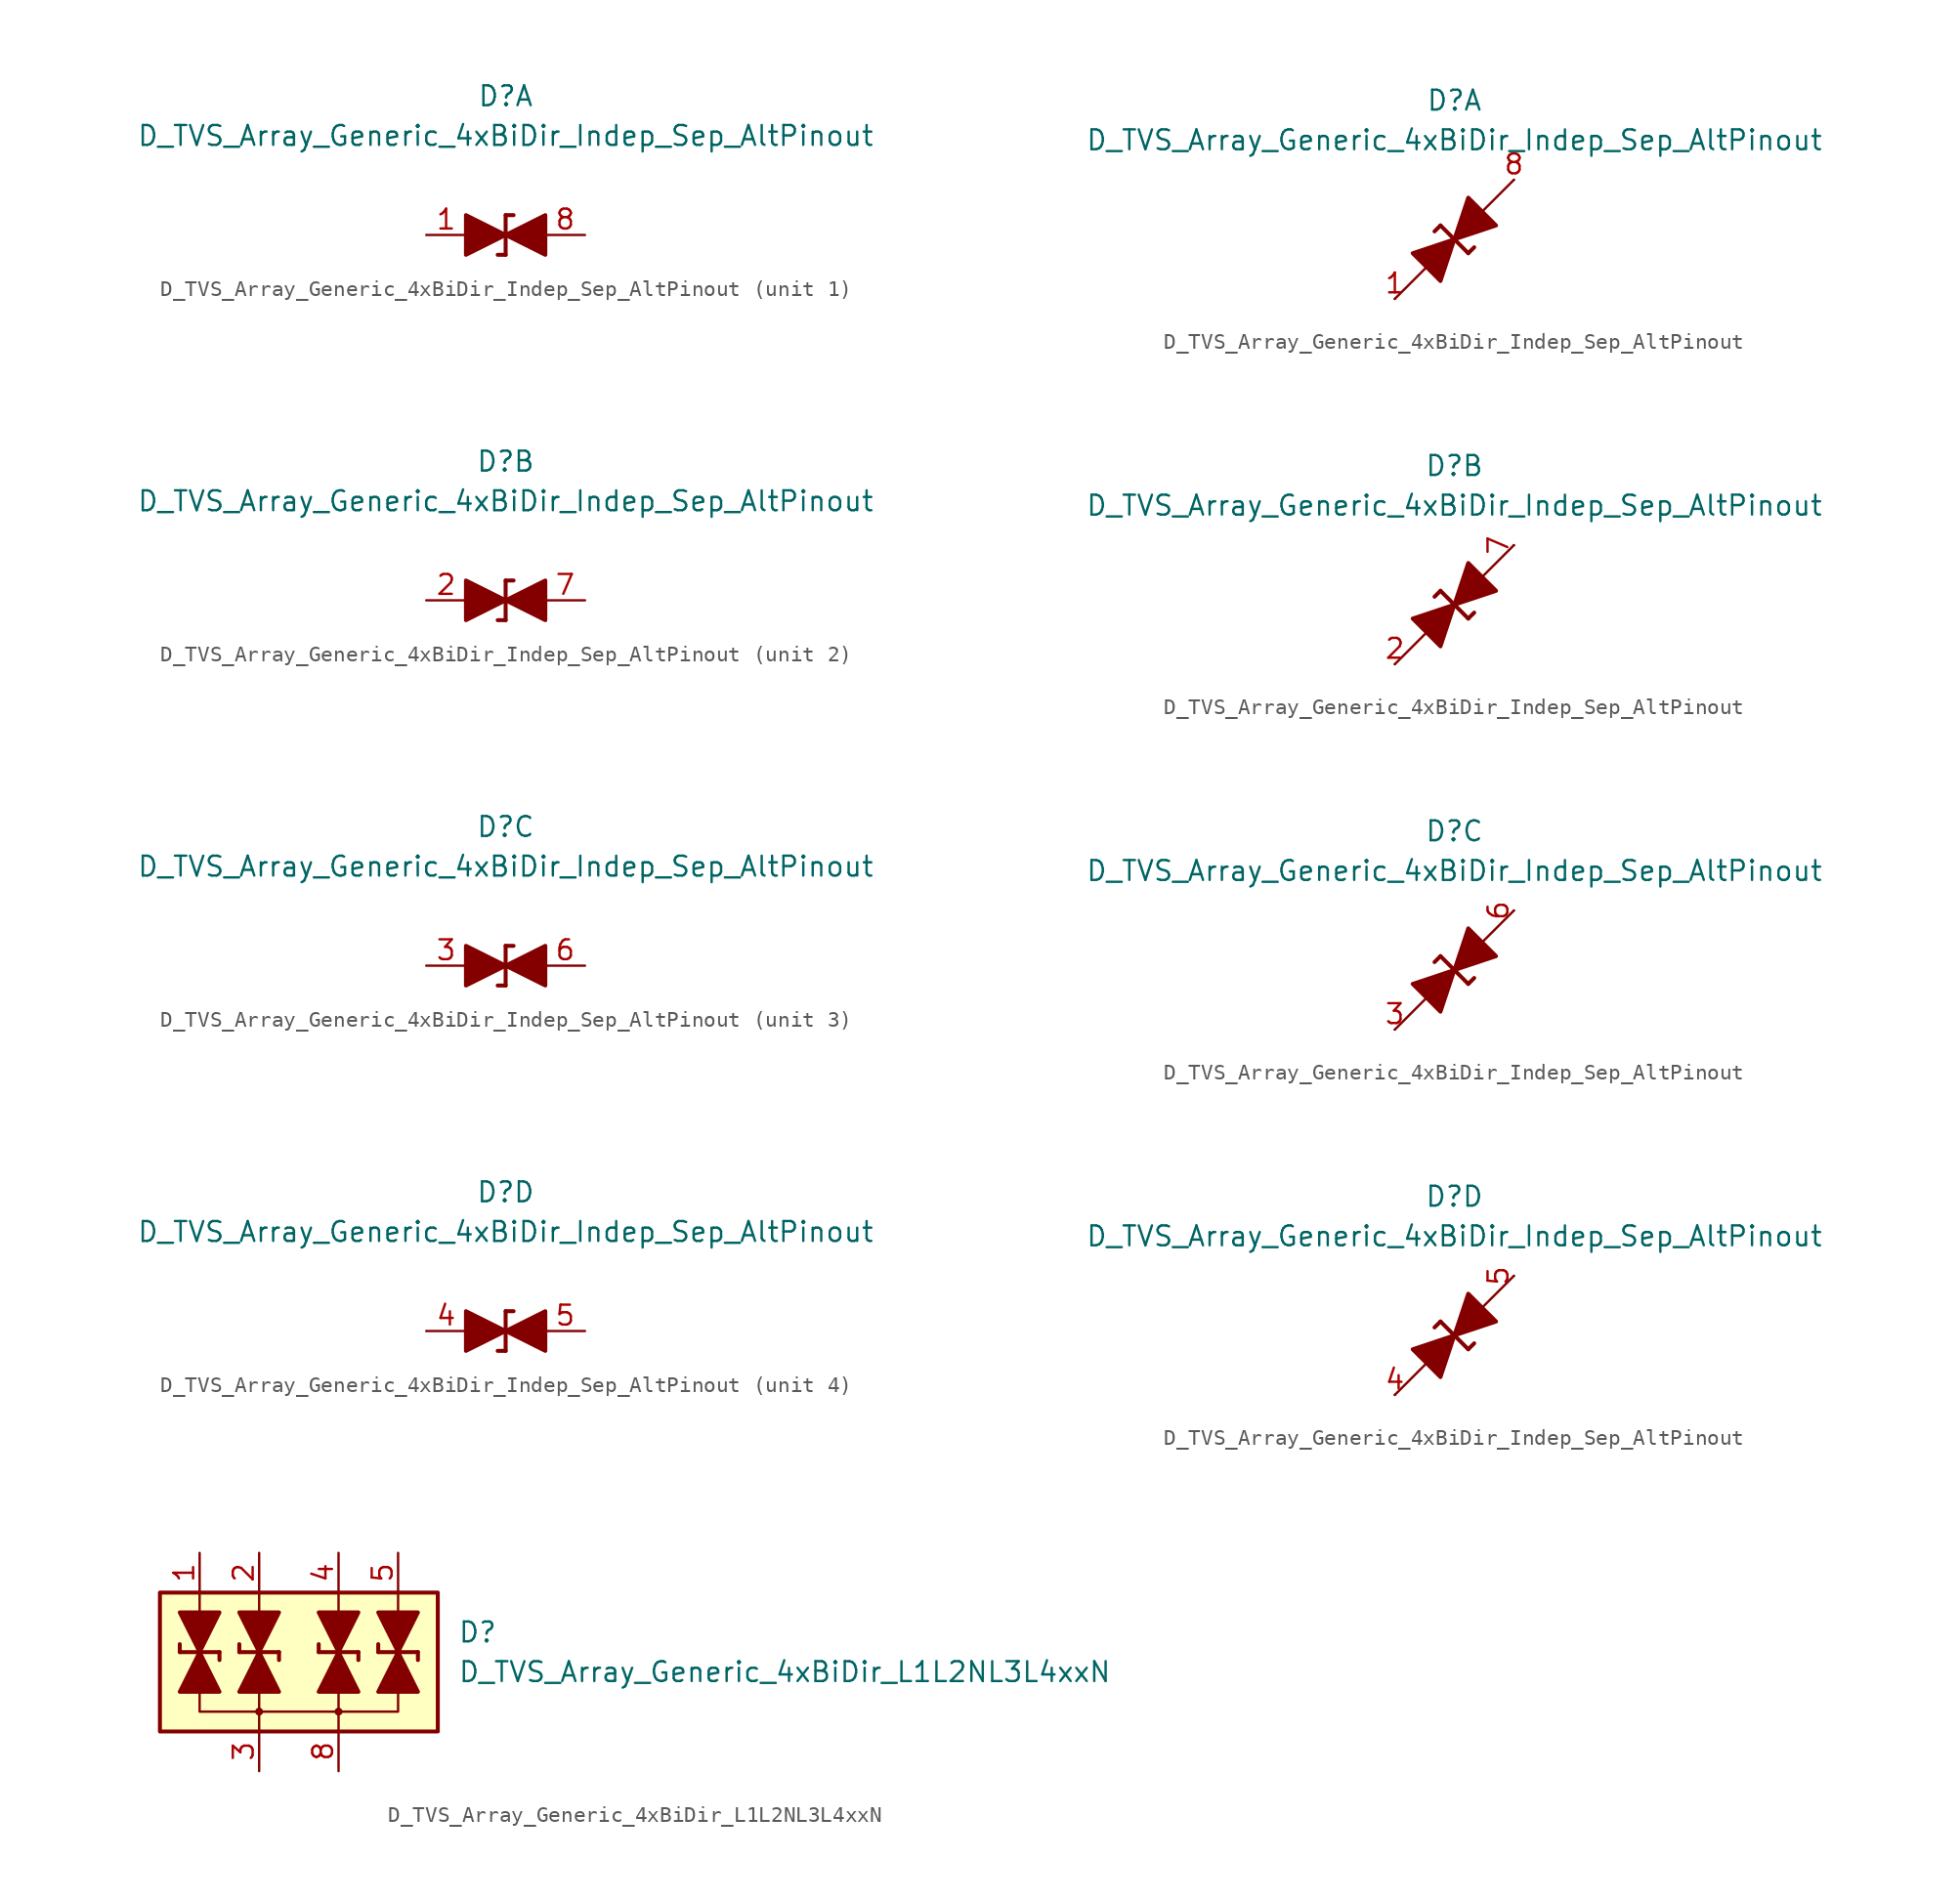
<source format=kicad_sym>
(kicad_symbol_lib
  (version 20231120)
  (generator "kicad_symbol_editor")
  (generator_version "8.0")
  (symbol "D_TVS_Array_Generic_4xBiDir_Indep_Sep_AltPinout"
    (pin_names
      (offset 1.016) hide)
    (property "Reference" "D"
      (at 0 8.89 0)
      (effects (font (size 1.27 1.27))))
    (property "Value" "D_TVS_Array_Generic_4xBiDir_Indep_Sep_AltPinout"
      (at 0 6.35 0)
      (effects (font (size 1.27 1.27))))
    (property "ki_locked" ""
      (at 0 0 0)
      (effects (font (size 1.27 1.27))))
    (symbol "D_TVS_Array_Generic_4xBiDir_Indep_Sep_AltPinout_0_1"
      (polyline (pts (xy 0 -1.27) (xy -0.508 -1.27)) (stroke (width 0.254) (type default)) (fill (type none)))
      (polyline (pts (xy 0 1.27) (xy 0 -1.27)) (stroke (width 0.254) (type default)) (fill (type none)))
      (polyline (pts (xy 0 1.27) (xy 0.508 1.27)) (stroke (width 0.254) (type default)) (fill (type none)))
      (polyline (pts (xy 1.27 0) (xy -1.27 0)) (stroke (width 0) (type default)) (fill (type none)))
      (polyline (pts (xy 0 0) (xy -2.54 1.27) (xy -2.54 -1.27) (xy 0 0)) (stroke (width 0.254) (type default)) (fill (type outline)))
      (polyline (pts (xy 2.54 1.27) (xy 2.54 -1.27) (xy 0 0) (xy 2.54 1.27)) (stroke (width 0.254) (type default)) (fill (type outline))))
    (symbol "D_TVS_Array_Generic_4xBiDir_Indep_Sep_AltPinout_0_2"
      (polyline (pts (xy -3.81 -3.81) (xy 3.81 3.81)) (stroke (width 0) (type default)) (fill (type none)))
      (polyline (pts (xy -0.889 0.889) (xy -1.27 0.508)) (stroke (width 0.254) (type default)) (fill (type none)))
      (polyline (pts (xy -0.889 0.889) (xy 0.889 -0.889)) (stroke (width 0.254) (type default)) (fill (type none)))
      (polyline (pts (xy 0.889 -0.889) (xy 1.27 -0.508)) (stroke (width 0.254) (type default)) (fill (type none)))
      (polyline (pts (xy -1.778 -1.778) (xy -2.667 -0.889) (xy 0 0) (xy -0.889 -2.667) (xy -1.778 -1.778)) (stroke (width 0.254) (type default)) (fill (type outline)))
      (polyline (pts (xy 1.778 1.778) (xy 2.667 0.889) (xy 0 0) (xy 0.889 2.667) (xy 1.778 1.778)) (stroke (width 0.254) (type default)) (fill (type outline))))
    (symbol "D_TVS_Array_Generic_4xBiDir_Indep_Sep_AltPinout_1_1"
      (pin passive line (at -5.08 0 0) (length 2.54) (name "K" (effects (font (size 1.27 1.27)))) (number "1" (effects (font (size 1.27 1.27)))))
      (pin passive line (at 5.08 0 180) (length 2.54) (name "A" (effects (font (size 1.27 1.27)))) (number "8" (effects (font (size 1.27 1.27))))))
    (symbol "D_TVS_Array_Generic_4xBiDir_Indep_Sep_AltPinout_1_2"
      (pin passive line (at -3.81 -3.81 0) (length 0) (name "A" (effects (font (size 1.27 1.27)))) (number "1" (effects (font (size 1.27 1.27)))))
      (pin passive line (at 3.81 3.81 180) (length 0) (name "K" (effects (font (size 1.27 1.27)))) (number "8" (effects (font (size 1.27 1.27))))))
    (symbol "D_TVS_Array_Generic_4xBiDir_Indep_Sep_AltPinout_2_1"
      (pin passive line (at -5.08 0 0) (length 2.54) (name "K" (effects (font (size 1.27 1.27)))) (number "2" (effects (font (size 1.27 1.27)))))
      (pin passive line (at 5.08 0 180) (length 2.54) (name "A" (effects (font (size 1.27 1.27)))) (number "7" (effects (font (size 1.27 1.27))))))
    (symbol "D_TVS_Array_Generic_4xBiDir_Indep_Sep_AltPinout_2_2"
      (pin passive line (at -3.81 -3.81 0) (length 0) (name "K" (effects (font (size 1.27 1.27)))) (number "2" (effects (font (size 1.27 1.27)))))
      (pin passive line (at 3.81 3.81 270) (length 0) (name "A" (effects (font (size 1.27 1.27)))) (number "7" (effects (font (size 1.27 1.27))))))
    (symbol "D_TVS_Array_Generic_4xBiDir_Indep_Sep_AltPinout_3_1"
      (pin passive line (at -5.08 0 0) (length 2.54) (name "K" (effects (font (size 1.27 1.27)))) (number "3" (effects (font (size 1.27 1.27)))))
      (pin passive line (at 5.08 0 180) (length 2.54) (name "A" (effects (font (size 1.27 1.27)))) (number "6" (effects (font (size 1.27 1.27))))))
    (symbol "D_TVS_Array_Generic_4xBiDir_Indep_Sep_AltPinout_3_2"
      (pin passive line (at -3.81 -3.81 0) (length 0) (name "K" (effects (font (size 1.27 1.27)))) (number "3" (effects (font (size 1.27 1.27)))))
      (pin passive line (at 3.81 3.81 270) (length 0) (name "A" (effects (font (size 1.27 1.27)))) (number "6" (effects (font (size 1.27 1.27))))))
    (symbol "D_TVS_Array_Generic_4xBiDir_Indep_Sep_AltPinout_4_1"
      (pin passive line (at -5.08 0 0) (length 2.54) (name "K" (effects (font (size 1.27 1.27)))) (number "4" (effects (font (size 1.27 1.27)))))
      (pin passive line (at 5.08 0 180) (length 2.54) (name "A" (effects (font (size 1.27 1.27)))) (number "5" (effects (font (size 1.27 1.27))))))
    (symbol "D_TVS_Array_Generic_4xBiDir_Indep_Sep_AltPinout_4_2"
      (pin passive line (at -3.81 -3.81 0) (length 0) (name "K" (effects (font (size 1.27 1.27)))) (number "4" (effects (font (size 1.27 1.27)))))
      (pin passive line (at 3.81 3.81 270) (length 0) (name "A" (effects (font (size 1.27 1.27)))) (number "5" (effects (font (size 1.27 1.27)))))))
  (symbol "D_TVS_Array_Generic_4xBiDir_L1L2NL3L4xxN"
    (pin_names
      (offset 1.016) hide)
    (property "Reference" "D"
      (at 10.16 1.27 0)
      (effects (font (size 1.27 1.27)) (justify left)))
    (property "Value" "D_TVS_Array_Generic_4xBiDir_L1L2NL3L4xxN"
      (at 10.16 -1.27 0)
      (effects (font (size 1.27 1.27)) (justify left)))
    (symbol "D_TVS_Array_Generic_4xBiDir_L1L2NL3L4xxN_0_1"
      (rectangle (start -8.89 3.81) (end 8.89 -5.08) (stroke (width 0.254) (type default)) (fill (type background)))
      (polyline (pts (xy -6.35 2.54) (xy -6.35 1.27)) (stroke (width 0) (type default)) (fill (type none)))
      (polyline (pts (xy -6.35 2.54) (xy -6.35 3.81)) (stroke (width 0) (type default)) (fill (type none)))
      (polyline (pts (xy -2.54 -5.08) (xy -2.54 -3.81)) (stroke (width 0) (type default)) (fill (type none)))
      (polyline (pts (xy -2.54 -2.54) (xy -2.54 -3.81)) (stroke (width 0) (type default)) (fill (type none)))
      (polyline (pts (xy -2.54 2.54) (xy -2.54 1.27)) (stroke (width 0) (type default)) (fill (type none)))
      (polyline (pts (xy -2.54 2.54) (xy -2.54 3.81)) (stroke (width 0) (type default)) (fill (type none)))
      (polyline (pts (xy 2.54 -5.08) (xy 2.54 -3.81)) (stroke (width 0) (type default)) (fill (type none)))
      (polyline (pts (xy 2.54 -2.54) (xy 2.54 -3.81)) (stroke (width 0) (type default)) (fill (type none)))
      (polyline (pts (xy 2.54 2.54) (xy 2.54 1.27)) (stroke (width 0) (type default)) (fill (type none)))
      (polyline (pts (xy 2.54 2.54) (xy 2.54 3.81)) (stroke (width 0) (type default)) (fill (type none)))
      (polyline (pts (xy 6.35 2.54) (xy 6.35 1.27)) (stroke (width 0) (type default)) (fill (type none)))
      (polyline (pts (xy 6.35 2.54) (xy 6.35 3.81)) (stroke (width 0) (type default)) (fill (type none)))
      (polyline (pts (xy -6.35 -2.54) (xy -6.35 -3.81) (xy 6.35 -3.81) (xy 6.35 -2.54)) (stroke (width 0) (type default)) (fill (type none))))
    (symbol "D_TVS_Array_Generic_4xBiDir_L1L2NL3L4xxN_1_1"
      (circle (center -2.54 -3.81) (radius 0.178) (stroke (width 0) (type default)) (fill (type outline)))
      (polyline (pts (xy -7.62 0) (xy -7.62 0.508)) (stroke (width 0.254) (type default)) (fill (type none)))
      (polyline (pts (xy -7.62 0) (xy -5.08 0)) (stroke (width 0.254) (type default)) (fill (type none)))
      (polyline (pts (xy -6.35 1.27) (xy -6.35 -1.27)) (stroke (width 0) (type default)) (fill (type none)))
      (polyline (pts (xy -5.08 0) (xy -5.08 -0.508)) (stroke (width 0.254) (type default)) (fill (type none)))
      (polyline (pts (xy -3.81 0) (xy -3.81 0.508)) (stroke (width 0.254) (type default)) (fill (type none)))
      (polyline (pts (xy -3.81 0) (xy -1.27 0)) (stroke (width 0.254) (type default)) (fill (type none)))
      (polyline (pts (xy -2.54 1.27) (xy -2.54 -1.27)) (stroke (width 0) (type default)) (fill (type none)))
      (polyline (pts (xy -1.27 0) (xy -1.27 -0.508)) (stroke (width 0.254) (type default)) (fill (type none)))
      (polyline (pts (xy 1.27 0) (xy 1.27 0.508)) (stroke (width 0.254) (type default)) (fill (type none)))
      (polyline (pts (xy 1.27 0) (xy 3.81 0)) (stroke (width 0.254) (type default)) (fill (type none)))
      (polyline (pts (xy 2.54 1.27) (xy 2.54 -1.27)) (stroke (width 0) (type default)) (fill (type none)))
      (polyline (pts (xy 3.81 0) (xy 3.81 -0.508)) (stroke (width 0.254) (type default)) (fill (type none)))
      (polyline (pts (xy 5.08 0) (xy 5.08 0.508)) (stroke (width 0.254) (type default)) (fill (type none)))
      (polyline (pts (xy 5.08 0) (xy 7.62 0)) (stroke (width 0.254) (type default)) (fill (type none)))
      (polyline (pts (xy 6.35 1.27) (xy 6.35 -1.27)) (stroke (width 0) (type default)) (fill (type none)))
      (polyline (pts (xy 7.62 0) (xy 7.62 -0.508)) (stroke (width 0.254) (type default)) (fill (type none)))
      (polyline (pts (xy -7.62 2.54) (xy -5.08 2.54) (xy -6.35 0) (xy -7.62 2.54)) (stroke (width 0.254) (type default)) (fill (type outline)))
      (polyline (pts (xy -6.35 0) (xy -7.62 -2.54) (xy -5.08 -2.54) (xy -6.35 0)) (stroke (width 0.254) (type default)) (fill (type outline)))
      (polyline (pts (xy -3.81 2.54) (xy -1.27 2.54) (xy -2.54 0) (xy -3.81 2.54)) (stroke (width 0.254) (type default)) (fill (type outline)))
      (polyline (pts (xy -2.54 0) (xy -3.81 -2.54) (xy -1.27 -2.54) (xy -2.54 0)) (stroke (width 0.254) (type default)) (fill (type outline)))
      (polyline (pts (xy 1.27 2.54) (xy 3.81 2.54) (xy 2.54 0) (xy 1.27 2.54)) (stroke (width 0.254) (type default)) (fill (type outline)))
      (polyline (pts (xy 2.54 0) (xy 1.27 -2.54) (xy 3.81 -2.54) (xy 2.54 0)) (stroke (width 0.254) (type default)) (fill (type outline)))
      (polyline (pts (xy 5.08 2.54) (xy 7.62 2.54) (xy 6.35 0) (xy 5.08 2.54)) (stroke (width 0.254) (type default)) (fill (type outline)))
      (polyline (pts (xy 6.35 0) (xy 5.08 -2.54) (xy 7.62 -2.54) (xy 6.35 0)) (stroke (width 0.254) (type default)) (fill (type outline)))
      (circle (center 2.54 -3.81) (radius 0.178) (stroke (width 0) (type default)) (fill (type outline)))
      (pin passive line (at -6.35 6.35 270) (length 2.54) (name "L1" (effects (font (size 1.27 1.27)))) (number "1" (effects (font (size 1.27 1.27)))))
      (pin passive line (at -2.54 6.35 270) (length 2.54) (name "L2" (effects (font (size 1.27 1.27)))) (number "2" (effects (font (size 1.27 1.27)))))
      (pin passive line (at -2.54 -7.62 90) (length 2.54) (name "VN" (effects (font (size 1.27 1.27)))) (number "3" (effects (font (size 1.27 1.27)))))
      (pin passive line (at 2.54 6.35 270) (length 2.54) (name "L3" (effects (font (size 1.27 1.27)))) (number "4" (effects (font (size 1.27 1.27)))))
      (pin passive line (at 6.35 6.35 270) (length 2.54) (name "L4" (effects (font (size 1.27 1.27)))) (number "5" (effects (font (size 1.27 1.27)))))
      (pin free line (at 3.81 1.27 0) (length 2.54) hide (name "NC" (effects (font (size 1.27 1.27)))) (number "6" (effects (font (size 1.27 1.27)))))
      (pin free line (at 3.81 -1.27 0) (length 2.54) hide (name "NC" (effects (font (size 1.27 1.27)))) (number "7" (effects (font (size 1.27 1.27)))))
      (pin passive line (at 2.54 -7.62 90) (length 2.54) (name "VN" (effects (font (size 1.27 1.27)))) (number "8" (effects (font (size 1.27 1.27))))))))
</source>
